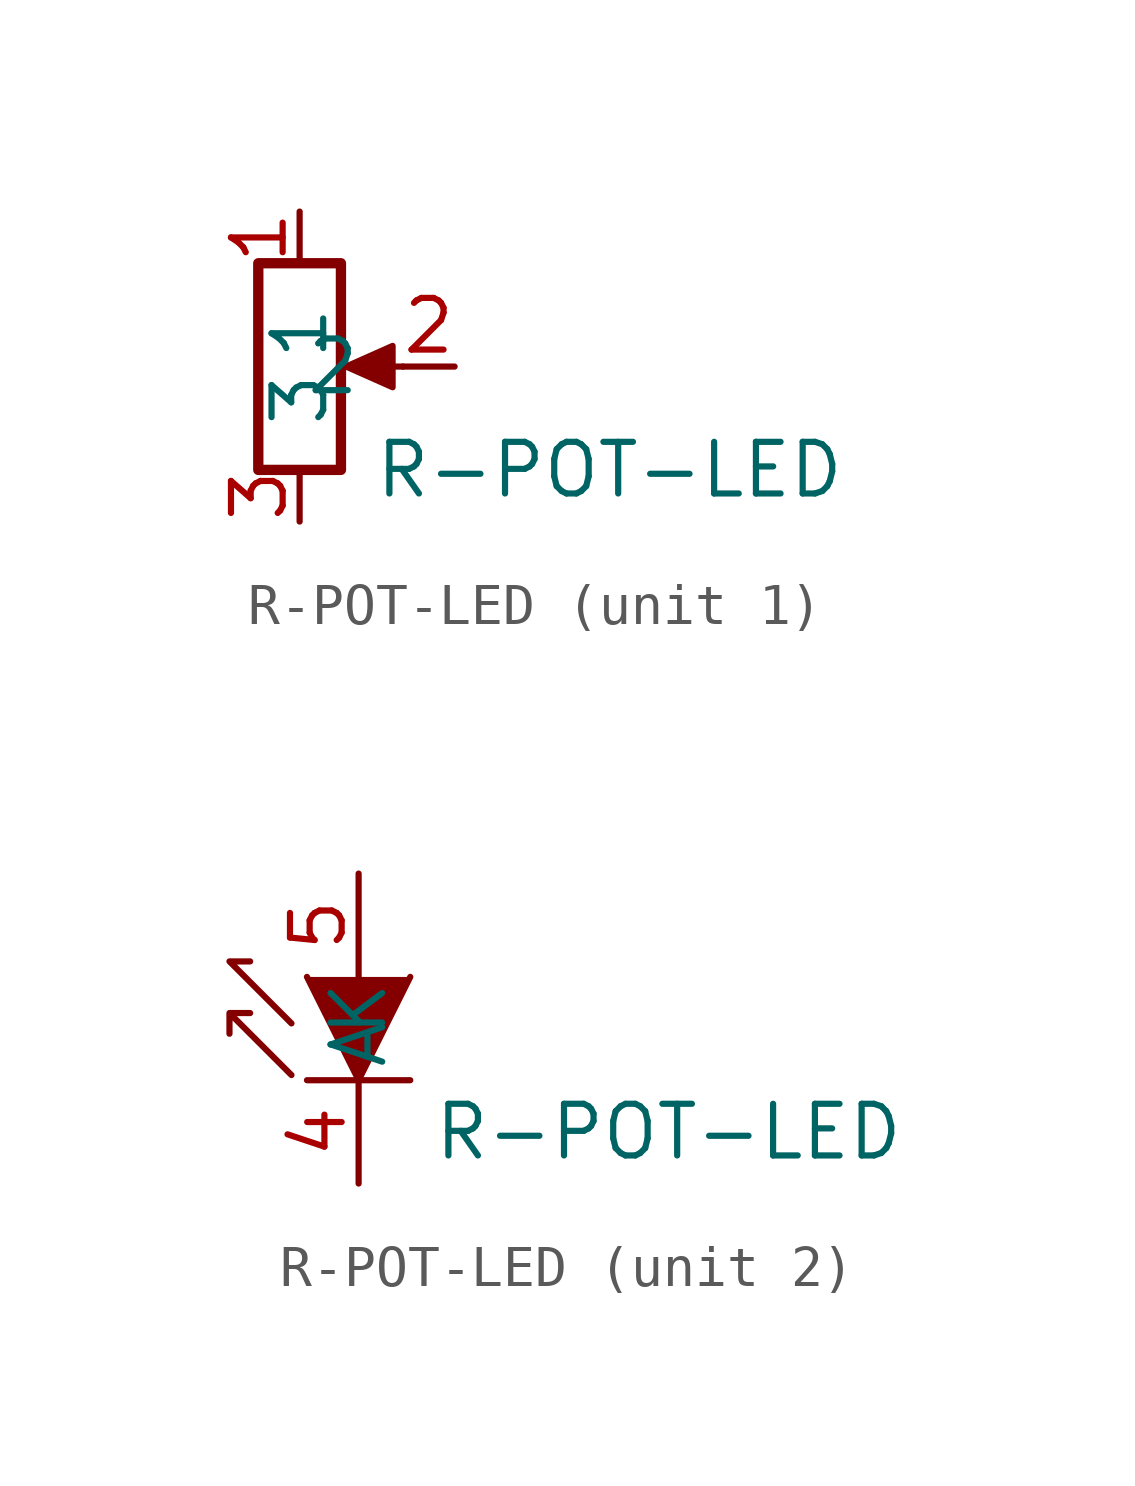
<source format=kicad_sym>
(kicad_symbol_lib
  (version 20241209)
  (generator "kicad_symbol_editor")
  (generator_version "9.0")
  (symbol "R-POT-LED"
    (pin_names
      (offset 1.016))
    (property "Reference" "R"
      (at 2.54 2.54 0)
      (effects (font (size 1.27 1.27)) (hide yes)))
    (property "Value" "R-POT-LED"
      (at 7.62 -2.54 0)
      (effects (font (size 1.27 1.27))))
    (property "ki_locked" ""
      (at 0 0 0)
      (effects (font (size 1.27 1.27))))
    (symbol "R-POT-LED_1_1"
      (rectangle (start 1.016 2.54) (end -1.016 -2.54) (stroke (width 0.254) (type solid)) (fill (type none)))
      (polyline (pts (xy 1.143 0) (xy 2.286 0.508) (xy 2.286 -0.508) (xy 1.143 0)) (stroke (width 0) (type solid)) (fill (type outline)))
      (polyline (pts (xy 2.54 0) (xy 1.524 0)) (stroke (width 0) (type solid)) (fill (type none)))
      (pin passive line (at 0 3.81 270) (length 1.27) (name "1" (effects (font (size 1.27 1.27)))) (number "1" (effects (font (size 1.27 1.27)))))
      (pin passive line (at 0 -3.81 90) (length 1.27) (name "3" (effects (font (size 1.27 1.27)))) (number "3" (effects (font (size 1.27 1.27)))))
      (pin passive line (at 3.81 0 180) (length 1.27) (name "2" (effects (font (size 1.27 1.27)))) (number "2" (effects (font (size 1.27 1.27))))))
    (symbol "R-POT-LED_2_1"
      (polyline (pts (xy -1.651 0.127) (xy -3.175 1.651) (xy -2.667 1.651)) (stroke (width 0) (type solid)) (fill (type none)))
      (polyline (pts (xy -1.651 -1.143) (xy -3.175 0.381) (xy -2.667 0.381) (xy -3.175 0.381) (xy -3.175 -0.127)) (stroke (width 0) (type solid)) (fill (type none)))
      (polyline (pts (xy -1.27 1.27) (xy 0 -1.27) (xy 1.27 1.27)) (stroke (width 0) (type solid)) (fill (type outline)))
      (polyline (pts (xy -1.27 -1.27) (xy 1.27 -1.27)) (stroke (width 0.152) (type solid)) (fill (type none)))
      (pin passive line (at 0 3.81 270) (length 2.54) (name "A" (effects (font (size 1.27 1.27)))) (number "5" (effects (font (size 1.27 1.27)))))
      (pin passive line (at 0 -3.81 90) (length 2.54) (name "K" (effects (font (size 1.27 1.27)))) (number "4" (effects (font (size 1.27 1.27))))))))
</source>
